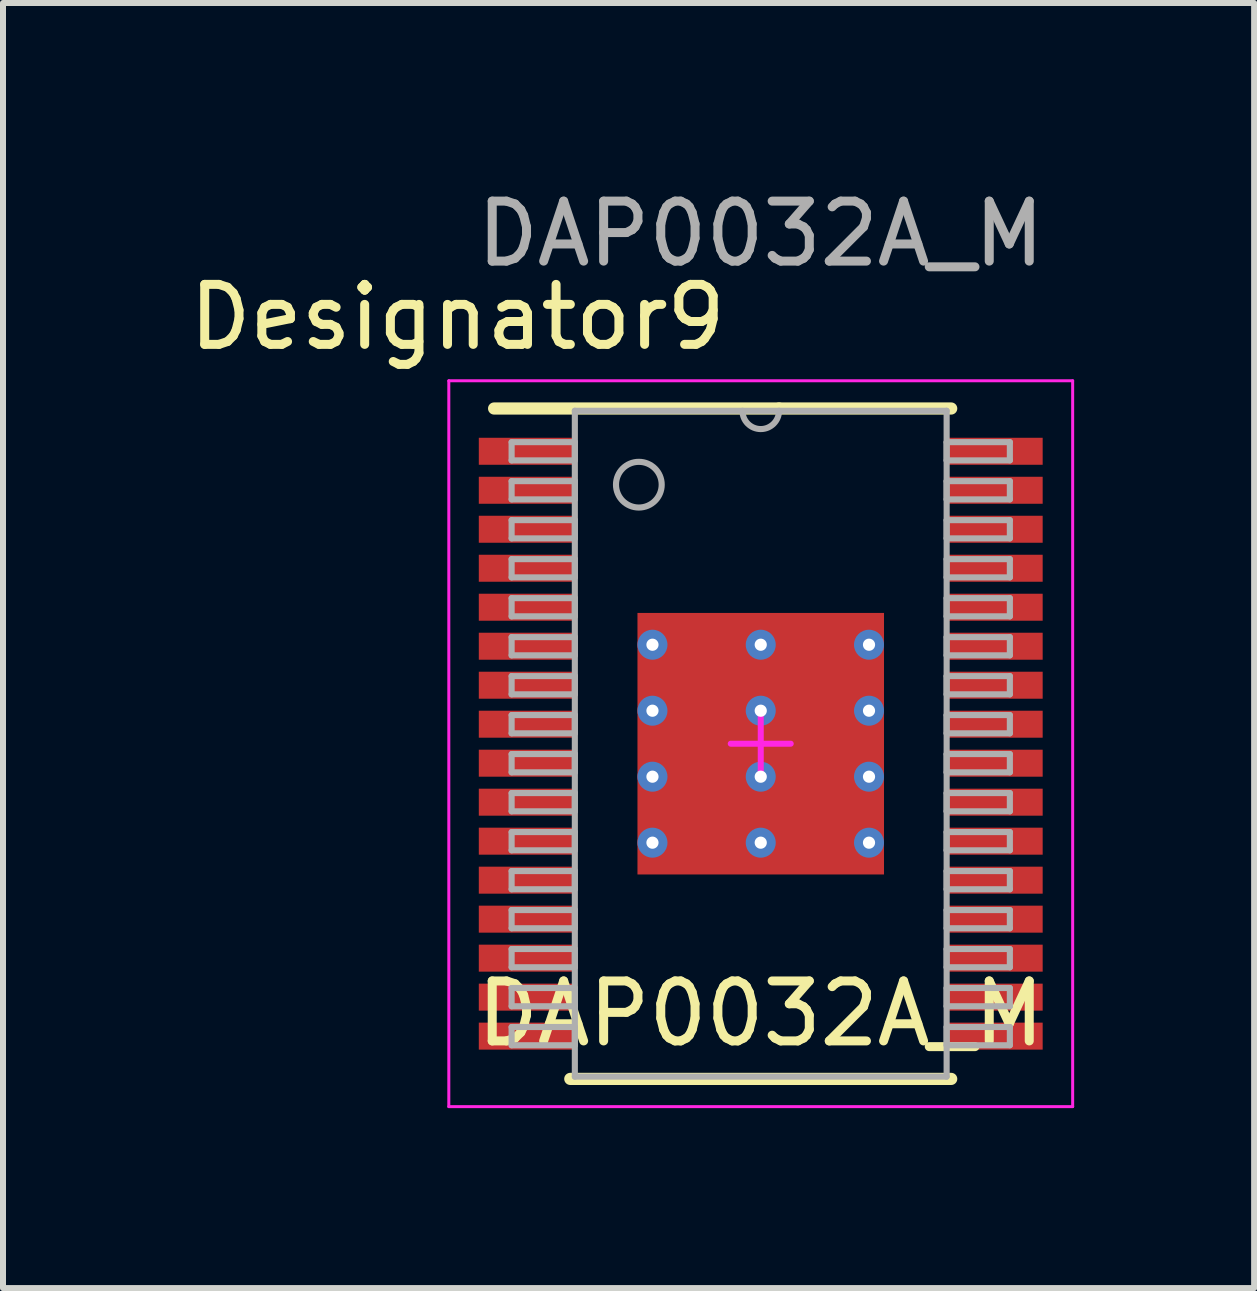
<source format=kicad_pcb>
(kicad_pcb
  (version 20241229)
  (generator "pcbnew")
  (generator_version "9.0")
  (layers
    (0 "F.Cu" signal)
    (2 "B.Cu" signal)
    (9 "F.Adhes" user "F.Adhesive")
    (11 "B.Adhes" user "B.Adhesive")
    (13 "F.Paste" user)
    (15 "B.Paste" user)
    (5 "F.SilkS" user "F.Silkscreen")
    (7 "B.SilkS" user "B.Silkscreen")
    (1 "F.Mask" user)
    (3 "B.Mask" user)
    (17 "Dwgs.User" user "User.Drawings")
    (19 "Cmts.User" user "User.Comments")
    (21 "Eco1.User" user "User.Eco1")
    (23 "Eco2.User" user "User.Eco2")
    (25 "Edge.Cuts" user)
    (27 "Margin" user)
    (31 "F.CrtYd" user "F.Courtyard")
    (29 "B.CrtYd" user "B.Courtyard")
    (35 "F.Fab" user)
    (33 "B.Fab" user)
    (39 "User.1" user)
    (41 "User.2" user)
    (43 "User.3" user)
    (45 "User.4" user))
  (footprint "DAP0032A_M"
    (layer "F.Cu")
    (at 9.632 9.348)
    (property "Reference" "DAP0032A_M" (at 0 4.5 0) (unlocked yes) (layer "F.SilkS") (effects (font (size 1 1) (thickness 0.15))))
    (attr smd)
    (fp_line (start -4.445 -5.588) (end 0.305 -5.588) (stroke (width 0.203) (type solid)) (layer "F.SilkS"))
    (fp_line (start -3.175 5.588) (end 3.175 5.588) (stroke (width 0.203) (type solid)) (layer "F.SilkS"))
    (fp_line (start 0.305 -5.588) (end 3.175 -5.588) (stroke (width 0.203) (type solid)) (layer "F.SilkS"))
    (fp_line (start -5.2 -6.05) (end 5.2 -6.05) (stroke (width 0.05) (type solid)) (layer "F.CrtYd"))
    (fp_line (start -5.2 6.05) (end -5.2 -6.05) (stroke (width 0.05) (type solid)) (layer "F.CrtYd"))
    (fp_line (start -5.2 6.05) (end 5.2 6.05) (stroke (width 0.05) (type solid)) (layer "F.CrtYd"))
    (fp_line (start -0.5 0) (end 0.5 0) (stroke (width 0.1) (type solid)) (layer "F.CrtYd"))
    (fp_line (start 0 0.5) (end 0 -0.5) (stroke (width 0.1) (type solid)) (layer "F.CrtYd"))
    (fp_line (start 5.2 6.05) (end 5.2 -6.05) (stroke (width 0.05) (type solid)) (layer "F.CrtYd"))
    (fp_line (start -4.153 -5.027) (end -3.099 -5.027) (stroke (width 0.102) (type solid)) (layer "F.Fab"))
    (fp_line (start -4.153 -4.723) (end -4.153 -5.027) (stroke (width 0.102) (type solid)) (layer "F.Fab"))
    (fp_line (start -4.153 -4.723) (end -3.099 -4.723) (stroke (width 0.102) (type solid)) (layer "F.Fab"))
    (fp_line (start -4.153 -4.377) (end -3.099 -4.377) (stroke (width 0.102) (type solid)) (layer "F.Fab"))
    (fp_line (start -4.153 -4.073) (end -4.153 -4.377) (stroke (width 0.102) (type solid)) (layer "F.Fab"))
    (fp_line (start -4.153 -4.073) (end -3.099 -4.073) (stroke (width 0.102) (type solid)) (layer "F.Fab"))
    (fp_line (start -4.153 -3.727) (end -3.099 -3.727) (stroke (width 0.102) (type solid)) (layer "F.Fab"))
    (fp_line (start -4.153 -3.423) (end -4.153 -3.727) (stroke (width 0.102) (type solid)) (layer "F.Fab"))
    (fp_line (start -4.153 -3.423) (end -3.099 -3.423) (stroke (width 0.102) (type solid)) (layer "F.Fab"))
    (fp_line (start -4.153 -3.077) (end -3.099 -3.077) (stroke (width 0.102) (type solid)) (layer "F.Fab"))
    (fp_line (start -4.153 -2.773) (end -4.153 -3.077) (stroke (width 0.102) (type solid)) (layer "F.Fab"))
    (fp_line (start -4.153 -2.773) (end -3.099 -2.773) (stroke (width 0.102) (type solid)) (layer "F.Fab"))
    (fp_line (start -4.153 -2.427) (end -3.099 -2.427) (stroke (width 0.102) (type solid)) (layer "F.Fab"))
    (fp_line (start -4.153 -2.123) (end -4.153 -2.427) (stroke (width 0.102) (type solid)) (layer "F.Fab"))
    (fp_line (start -4.153 -2.123) (end -3.099 -2.123) (stroke (width 0.102) (type solid)) (layer "F.Fab"))
    (fp_line (start -4.153 -1.777) (end -3.099 -1.777) (stroke (width 0.102) (type solid)) (layer "F.Fab"))
    (fp_line (start -4.153 -1.473) (end -4.153 -1.777) (stroke (width 0.102) (type solid)) (layer "F.Fab"))
    (fp_line (start -4.153 -1.473) (end -3.099 -1.473) (stroke (width 0.102) (type solid)) (layer "F.Fab"))
    (fp_line (start -4.153 -1.127) (end -3.099 -1.127) (stroke (width 0.102) (type solid)) (layer "F.Fab"))
    (fp_line (start -4.153 -0.823) (end -4.153 -1.127) (stroke (width 0.102) (type solid)) (layer "F.Fab"))
    (fp_line (start -4.153 -0.823) (end -3.099 -0.823) (stroke (width 0.102) (type solid)) (layer "F.Fab"))
    (fp_line (start -4.153 -0.477) (end -3.099 -0.477) (stroke (width 0.102) (type solid)) (layer "F.Fab"))
    (fp_line (start -4.153 -0.173) (end -4.153 -0.477) (stroke (width 0.102) (type solid)) (layer "F.Fab"))
    (fp_line (start -4.153 -0.173) (end -3.099 -0.173) (stroke (width 0.102) (type solid)) (layer "F.Fab"))
    (fp_line (start -4.153 0.173) (end -3.099 0.173) (stroke (width 0.102) (type solid)) (layer "F.Fab"))
    (fp_line (start -4.153 0.477) (end -4.153 0.173) (stroke (width 0.102) (type solid)) (layer "F.Fab"))
    (fp_line (start -4.153 0.477) (end -3.099 0.477) (stroke (width 0.102) (type solid)) (layer "F.Fab"))
    (fp_line (start -4.153 0.823) (end -3.099 0.823) (stroke (width 0.102) (type solid)) (layer "F.Fab"))
    (fp_line (start -4.153 1.127) (end -4.153 0.823) (stroke (width 0.102) (type solid)) (layer "F.Fab"))
    (fp_line (start -4.153 1.127) (end -3.099 1.127) (stroke (width 0.102) (type solid)) (layer "F.Fab"))
    (fp_line (start -4.153 1.473) (end -3.099 1.473) (stroke (width 0.102) (type solid)) (layer "F.Fab"))
    (fp_line (start -4.153 1.777) (end -4.153 1.473) (stroke (width 0.102) (type solid)) (layer "F.Fab"))
    (fp_line (start -4.153 1.777) (end -3.099 1.777) (stroke (width 0.102) (type solid)) (layer "F.Fab"))
    (fp_line (start -4.153 2.123) (end -3.099 2.123) (stroke (width 0.102) (type solid)) (layer "F.Fab"))
    (fp_line (start -4.153 2.427) (end -4.153 2.123) (stroke (width 0.102) (type solid)) (layer "F.Fab"))
    (fp_line (start -4.153 2.427) (end -3.099 2.427) (stroke (width 0.102) (type solid)) (layer "F.Fab"))
    (fp_line (start -4.153 2.773) (end -3.099 2.773) (stroke (width 0.102) (type solid)) (layer "F.Fab"))
    (fp_line (start -4.153 3.077) (end -4.153 2.773) (stroke (width 0.102) (type solid)) (layer "F.Fab"))
    (fp_line (start -4.153 3.077) (end -3.099 3.077) (stroke (width 0.102) (type solid)) (layer "F.Fab"))
    (fp_line (start -4.153 3.423) (end -3.099 3.423) (stroke (width 0.102) (type solid)) (layer "F.Fab"))
    (fp_line (start -4.153 3.727) (end -4.153 3.423) (stroke (width 0.102) (type solid)) (layer "F.Fab"))
    (fp_line (start -4.153 3.727) (end -3.099 3.727) (stroke (width 0.102) (type solid)) (layer "F.Fab"))
    (fp_line (start -4.153 4.073) (end -3.099 4.073) (stroke (width 0.102) (type solid)) (layer "F.Fab"))
    (fp_line (start -4.153 4.377) (end -4.153 4.073) (stroke (width 0.102) (type solid)) (layer "F.Fab"))
    (fp_line (start -4.153 4.377) (end -3.099 4.377) (stroke (width 0.102) (type solid)) (layer "F.Fab"))
    (fp_line (start -4.153 4.723) (end -3.099 4.723) (stroke (width 0.102) (type solid)) (layer "F.Fab"))
    (fp_line (start -4.153 5.027) (end -4.153 4.723) (stroke (width 0.102) (type solid)) (layer "F.Fab"))
    (fp_line (start -4.153 5.027) (end -3.099 5.027) (stroke (width 0.102) (type solid)) (layer "F.Fab"))
    (fp_line (start -3.099 -5.55) (end 3.099 -5.55) (stroke (width 0.102) (type solid)) (layer "F.Fab"))
    (fp_line (start -3.099 -4.723) (end -3.099 -5.027) (stroke (width 0.102) (type solid)) (layer "F.Fab"))
    (fp_line (start -3.099 -4.073) (end -3.099 -4.377) (stroke (width 0.102) (type solid)) (layer "F.Fab"))
    (fp_line (start -3.099 -3.423) (end -3.099 -3.727) (stroke (width 0.102) (type solid)) (layer "F.Fab"))
    (fp_line (start -3.099 -2.773) (end -3.099 -3.077) (stroke (width 0.102) (type solid)) (layer "F.Fab"))
    (fp_line (start -3.099 -2.123) (end -3.099 -2.427) (stroke (width 0.102) (type solid)) (layer "F.Fab"))
    (fp_line (start -3.099 -1.473) (end -3.099 -1.777) (stroke (width 0.102) (type solid)) (layer "F.Fab"))
    (fp_line (start -3.099 -0.823) (end -3.099 -1.127) (stroke (width 0.102) (type solid)) (layer "F.Fab"))
    (fp_line (start -3.099 -0.173) (end -3.099 -0.477) (stroke (width 0.102) (type solid)) (layer "F.Fab"))
    (fp_line (start -3.099 0.477) (end -3.099 0.173) (stroke (width 0.102) (type solid)) (layer "F.Fab"))
    (fp_line (start -3.099 1.127) (end -3.099 0.823) (stroke (width 0.102) (type solid)) (layer "F.Fab"))
    (fp_line (start -3.099 1.777) (end -3.099 1.473) (stroke (width 0.102) (type solid)) (layer "F.Fab"))
    (fp_line (start -3.099 2.427) (end -3.099 2.123) (stroke (width 0.102) (type solid)) (layer "F.Fab"))
    (fp_line (start -3.099 3.077) (end -3.099 2.773) (stroke (width 0.102) (type solid)) (layer "F.Fab"))
    (fp_line (start -3.099 3.727) (end -3.099 3.423) (stroke (width 0.102) (type solid)) (layer "F.Fab"))
    (fp_line (start -3.099 4.377) (end -3.099 4.073) (stroke (width 0.102) (type solid)) (layer "F.Fab"))
    (fp_line (start -3.099 5.027) (end -3.099 4.723) (stroke (width 0.102) (type solid)) (layer "F.Fab"))
    (fp_line (start -3.099 5.55) (end -3.099 -5.55) (stroke (width 0.102) (type solid)) (layer "F.Fab"))
    (fp_line (start -3.099 5.55) (end 3.099 5.55) (stroke (width 0.102) (type solid)) (layer "F.Fab"))
    (fp_line (start 3.099 -5.027) (end 4.153 -5.027) (stroke (width 0.102) (type solid)) (layer "F.Fab"))
    (fp_line (start 3.099 -4.723) (end 3.099 -5.027) (stroke (width 0.102) (type solid)) (layer "F.Fab"))
    (fp_line (start 3.099 -4.723) (end 4.153 -4.723) (stroke (width 0.102) (type solid)) (layer "F.Fab"))
    (fp_line (start 3.099 -4.377) (end 4.153 -4.377) (stroke (width 0.102) (type solid)) (layer "F.Fab"))
    (fp_line (start 3.099 -4.073) (end 3.099 -4.377) (stroke (width 0.102) (type solid)) (layer "F.Fab"))
    (fp_line (start 3.099 -4.073) (end 4.153 -4.073) (stroke (width 0.102) (type solid)) (layer "F.Fab"))
    (fp_line (start 3.099 -3.727) (end 4.153 -3.727) (stroke (width 0.102) (type solid)) (layer "F.Fab"))
    (fp_line (start 3.099 -3.423) (end 3.099 -3.727) (stroke (width 0.102) (type solid)) (layer "F.Fab"))
    (fp_line (start 3.099 -3.423) (end 4.153 -3.423) (stroke (width 0.102) (type solid)) (layer "F.Fab"))
    (fp_line (start 3.099 -3.077) (end 4.153 -3.077) (stroke (width 0.102) (type solid)) (layer "F.Fab"))
    (fp_line (start 3.099 -2.773) (end 3.099 -3.077) (stroke (width 0.102) (type solid)) (layer "F.Fab"))
    (fp_line (start 3.099 -2.773) (end 4.153 -2.773) (stroke (width 0.102) (type solid)) (layer "F.Fab"))
    (fp_line (start 3.099 -2.427) (end 4.153 -2.427) (stroke (width 0.102) (type solid)) (layer "F.Fab"))
    (fp_line (start 3.099 -2.123) (end 3.099 -2.427) (stroke (width 0.102) (type solid)) (layer "F.Fab"))
    (fp_line (start 3.099 -2.123) (end 4.153 -2.123) (stroke (width 0.102) (type solid)) (layer "F.Fab"))
    (fp_line (start 3.099 -1.777) (end 4.153 -1.777) (stroke (width 0.102) (type solid)) (layer "F.Fab"))
    (fp_line (start 3.099 -1.473) (end 3.099 -1.777) (stroke (width 0.102) (type solid)) (layer "F.Fab"))
    (fp_line (start 3.099 -1.473) (end 4.153 -1.473) (stroke (width 0.102) (type solid)) (layer "F.Fab"))
    (fp_line (start 3.099 -1.127) (end 4.153 -1.127) (stroke (width 0.102) (type solid)) (layer "F.Fab"))
    (fp_line (start 3.099 -0.823) (end 3.099 -1.127) (stroke (width 0.102) (type solid)) (layer "F.Fab"))
    (fp_line (start 3.099 -0.823) (end 4.153 -0.823) (stroke (width 0.102) (type solid)) (layer "F.Fab"))
    (fp_line (start 3.099 -0.477) (end 4.153 -0.477) (stroke (width 0.102) (type solid)) (layer "F.Fab"))
    (fp_line (start 3.099 -0.173) (end 3.099 -0.477) (stroke (width 0.102) (type solid)) (layer "F.Fab"))
    (fp_line (start 3.099 -0.173) (end 4.153 -0.173) (stroke (width 0.102) (type solid)) (layer "F.Fab"))
    (fp_line (start 3.099 0.173) (end 4.153 0.173) (stroke (width 0.102) (type solid)) (layer "F.Fab"))
    (fp_line (start 3.099 0.477) (end 3.099 0.173) (stroke (width 0.102) (type solid)) (layer "F.Fab"))
    (fp_line (start 3.099 0.477) (end 4.153 0.477) (stroke (width 0.102) (type solid)) (layer "F.Fab"))
    (fp_line (start 3.099 0.823) (end 4.153 0.823) (stroke (width 0.102) (type solid)) (layer "F.Fab"))
    (fp_line (start 3.099 1.127) (end 3.099 0.823) (stroke (width 0.102) (type solid)) (layer "F.Fab"))
    (fp_line (start 3.099 1.127) (end 4.153 1.127) (stroke (width 0.102) (type solid)) (layer "F.Fab"))
    (fp_line (start 3.099 1.473) (end 4.153 1.473) (stroke (width 0.102) (type solid)) (layer "F.Fab"))
    (fp_line (start 3.099 1.777) (end 3.099 1.473) (stroke (width 0.102) (type solid)) (layer "F.Fab"))
    (fp_line (start 3.099 1.777) (end 4.153 1.777) (stroke (width 0.102) (type solid)) (layer "F.Fab"))
    (fp_line (start 3.099 2.123) (end 4.153 2.123) (stroke (width 0.102) (type solid)) (layer "F.Fab"))
    (fp_line (start 3.099 2.427) (end 3.099 2.123) (stroke (width 0.102) (type solid)) (layer "F.Fab"))
    (fp_line (start 3.099 2.427) (end 4.153 2.427) (stroke (width 0.102) (type solid)) (layer "F.Fab"))
    (fp_line (start 3.099 2.773) (end 4.153 2.773) (stroke (width 0.102) (type solid)) (layer "F.Fab"))
    (fp_line (start 3.099 3.077) (end 3.099 2.773) (stroke (width 0.102) (type solid)) (layer "F.Fab"))
    (fp_line (start 3.099 3.077) (end 4.153 3.077) (stroke (width 0.102) (type solid)) (layer "F.Fab"))
    (fp_line (start 3.099 3.423) (end 4.153 3.423) (stroke (width 0.102) (type solid)) (layer "F.Fab"))
    (fp_line (start 3.099 3.727) (end 3.099 3.423) (stroke (width 0.102) (type solid)) (layer "F.Fab"))
    (fp_line (start 3.099 3.727) (end 4.153 3.727) (stroke (width 0.102) (type solid)) (layer "F.Fab"))
    (fp_line (start 3.099 4.073) (end 4.153 4.073) (stroke (width 0.102) (type solid)) (layer "F.Fab"))
    (fp_line (start 3.099 4.377) (end 3.099 4.073) (stroke (width 0.102) (type solid)) (layer "F.Fab"))
    (fp_line (start 3.099 4.377) (end 4.153 4.377) (stroke (width 0.102) (type solid)) (layer "F.Fab"))
    (fp_line (start 3.099 4.723) (end 4.153 4.723) (stroke (width 0.102) (type solid)) (layer "F.Fab"))
    (fp_line (start 3.099 5.027) (end 3.099 4.723) (stroke (width 0.102) (type solid)) (layer "F.Fab"))
    (fp_line (start 3.099 5.027) (end 4.153 5.027) (stroke (width 0.102) (type solid)) (layer "F.Fab"))
    (fp_line (start 3.099 5.55) (end 3.099 -5.55) (stroke (width 0.102) (type solid)) (layer "F.Fab"))
    (fp_line (start 4.153 -4.723) (end 4.153 -5.027) (stroke (width 0.102) (type solid)) (layer "F.Fab"))
    (fp_line (start 4.153 -4.073) (end 4.153 -4.377) (stroke (width 0.102) (type solid)) (layer "F.Fab"))
    (fp_line (start 4.153 -3.423) (end 4.153 -3.727) (stroke (width 0.102) (type solid)) (layer "F.Fab"))
    (fp_line (start 4.153 -2.773) (end 4.153 -3.077) (stroke (width 0.102) (type solid)) (layer "F.Fab"))
    (fp_line (start 4.153 -2.123) (end 4.153 -2.427) (stroke (width 0.102) (type solid)) (layer "F.Fab"))
    (fp_line (start 4.153 -1.473) (end 4.153 -1.777) (stroke (width 0.102) (type solid)) (layer "F.Fab"))
    (fp_line (start 4.153 -0.823) (end 4.153 -1.127) (stroke (width 0.102) (type solid)) (layer "F.Fab"))
    (fp_line (start 4.153 -0.173) (end 4.153 -0.477) (stroke (width 0.102) (type solid)) (layer "F.Fab"))
    (fp_line (start 4.153 0.477) (end 4.153 0.173) (stroke (width 0.102) (type solid)) (layer "F.Fab"))
    (fp_line (start 4.153 1.127) (end 4.153 0.823) (stroke (width 0.102) (type solid)) (layer "F.Fab"))
    (fp_line (start 4.153 1.777) (end 4.153 1.473) (stroke (width 0.102) (type solid)) (layer "F.Fab"))
    (fp_line (start 4.153 2.427) (end 4.153 2.123) (stroke (width 0.102) (type solid)) (layer "F.Fab"))
    (fp_line (start 4.153 3.077) (end 4.153 2.773) (stroke (width 0.102) (type solid)) (layer "F.Fab"))
    (fp_line (start 4.153 3.727) (end 4.153 3.423) (stroke (width 0.102) (type solid)) (layer "F.Fab"))
    (fp_line (start 4.153 4.377) (end 4.153 4.073) (stroke (width 0.102) (type solid)) (layer "F.Fab"))
    (fp_line (start 4.153 5.027) (end 4.153 4.723) (stroke (width 0.102) (type solid)) (layer "F.Fab"))
    (fp_arc (start 0.3048 -5.5499) (mid 0 -5.2451) (end -0.3048 -5.5499) (stroke (width 0.1016) (type solid)) (layer "F.Fab"))
    (fp_circle (center -2.032 -4.318) (end -1.651 -4.318) (stroke (width 0.102) (type solid)) (fill no) (layer "F.Fab"))
    (fp_text user "Designator9" (at -5.055 -7.112 0) (unlocked yes) (layer "F.SilkS") (effects (font (size 1 1) (thickness 0.15))))
    (fp_text user "${REFERENCE}" (at 0 -8.5 0) (unlocked yes) (layer "F.Fab") (effects (font (size 1 1) (thickness 0.15))))
    (pad "1" smd rect (at -3.9 -4.875 90) (size 0.45 1.6) (layers "F.Cu" "F.Mask" "F.Paste"))
    (pad "2" smd rect (at -3.9 -4.225 90) (size 0.45 1.6) (layers "F.Cu" "F.Mask" "F.Paste"))
    (pad "3" smd rect (at -3.9 -3.575 90) (size 0.45 1.6) (layers "F.Cu" "F.Mask" "F.Paste"))
    (pad "4" smd rect (at -3.9 -2.925 90) (size 0.45 1.6) (layers "F.Cu" "F.Mask" "F.Paste"))
    (pad "5" smd rect (at -3.9 -2.275 90) (size 0.45 1.6) (layers "F.Cu" "F.Mask" "F.Paste"))
    (pad "6" smd rect (at -3.9 -1.625 90) (size 0.45 1.6) (layers "F.Cu" "F.Mask" "F.Paste"))
    (pad "7" smd rect (at -3.9 -0.975 90) (size 0.45 1.6) (layers "F.Cu" "F.Mask" "F.Paste"))
    (pad "8" smd rect (at -3.9 -0.325 90) (size 0.45 1.6) (layers "F.Cu" "F.Mask" "F.Paste"))
    (pad "9" smd rect (at -3.9 0.325 90) (size 0.45 1.6) (layers "F.Cu" "F.Mask" "F.Paste"))
    (pad "10" smd rect (at -3.9 0.975 90) (size 0.45 1.6) (layers "F.Cu" "F.Mask" "F.Paste"))
    (pad "11" smd rect (at -3.9 1.625 90) (size 0.45 1.6) (layers "F.Cu" "F.Mask" "F.Paste"))
    (pad "12" smd rect (at -3.9 2.275 90) (size 0.45 1.6) (layers "F.Cu" "F.Mask" "F.Paste"))
    (pad "13" smd rect (at -3.9 2.925 90) (size 0.45 1.6) (layers "F.Cu" "F.Mask" "F.Paste"))
    (pad "14" smd rect (at -3.9 3.575 90) (size 0.45 1.6) (layers "F.Cu" "F.Mask" "F.Paste"))
    (pad "15" smd rect (at -3.9 4.225 90) (size 0.45 1.6) (layers "F.Cu" "F.Mask" "F.Paste"))
    (pad "16" smd rect (at -3.9 4.875 90) (size 0.45 1.6) (layers "F.Cu" "F.Mask" "F.Paste"))
    (pad "17" smd rect (at 3.9 4.875 90) (size 0.45 1.6) (layers "F.Cu" "F.Mask" "F.Paste"))
    (pad "18" smd rect (at 3.9 4.225 90) (size 0.45 1.6) (layers "F.Cu" "F.Mask" "F.Paste"))
    (pad "19" smd rect (at 3.9 3.575 90) (size 0.45 1.6) (layers "F.Cu" "F.Mask" "F.Paste"))
    (pad "20" smd rect (at 3.9 2.925 90) (size 0.45 1.6) (layers "F.Cu" "F.Mask" "F.Paste"))
    (pad "21" smd rect (at 3.9 2.275 90) (size 0.45 1.6) (layers "F.Cu" "F.Mask" "F.Paste"))
    (pad "22" smd rect (at 3.9 1.625 90) (size 0.45 1.6) (layers "F.Cu" "F.Mask" "F.Paste"))
    (pad "23" smd rect (at 3.9 0.975 90) (size 0.45 1.6) (layers "F.Cu" "F.Mask" "F.Paste"))
    (pad "24" smd rect (at 3.9 0.325 90) (size 0.45 1.6) (layers "F.Cu" "F.Mask" "F.Paste"))
    (pad "25" smd rect (at 3.9 -0.325 90) (size 0.45 1.6) (layers "F.Cu" "F.Mask" "F.Paste"))
    (pad "26" smd rect (at 3.9 -0.975 90) (size 0.45 1.6) (layers "F.Cu" "F.Mask" "F.Paste"))
    (pad "27" smd rect (at 3.9 -1.625 90) (size 0.45 1.6) (layers "F.Cu" "F.Mask" "F.Paste"))
    (pad "28" smd rect (at 3.9 -2.275 90) (size 0.45 1.6) (layers "F.Cu" "F.Mask" "F.Paste"))
    (pad "29" smd rect (at 3.9 -2.925 90) (size 0.45 1.6) (layers "F.Cu" "F.Mask" "F.Paste"))
    (pad "30" smd rect (at 3.9 -3.575 90) (size 0.45 1.6) (layers "F.Cu" "F.Mask" "F.Paste"))
    (pad "31" smd rect (at 3.9 -4.225 90) (size 0.45 1.6) (layers "F.Cu" "F.Mask" "F.Paste"))
    (pad "32" smd rect (at 3.9 -4.875 90) (size 0.45 1.6) (layers "F.Cu" "F.Mask" "F.Paste"))
    (pad "33" smd rect (at 0 0) (size 4.11 4.36) (layers "F.Cu" "F.Mask" "F.Paste"))
    (pad "V" thru_hole circle (at -1.805 -1.65) (size 0.5 0.5) (drill 0.203) (layers "*.Cu" "*.Mask"))
    (pad "V" thru_hole circle (at -1.805 -0.55) (size 0.5 0.5) (drill 0.203) (layers "*.Cu" "*.Mask"))
    (pad "V" thru_hole circle (at -1.805 0.55) (size 0.5 0.5) (drill 0.203) (layers "*.Cu" "*.Mask"))
    (pad "V" thru_hole circle (at -1.805 1.65) (size 0.5 0.5) (drill 0.203) (layers "*.Cu" "*.Mask"))
    (pad "V" thru_hole circle (at 0 -1.65) (size 0.5 0.5) (drill 0.203) (layers "*.Cu" "*.Mask"))
    (pad "V" thru_hole circle (at 0 -0.55) (size 0.5 0.5) (drill 0.203) (layers "*.Cu" "*.Mask"))
    (pad "V" thru_hole circle (at 0 0.55) (size 0.5 0.5) (drill 0.203) (layers "*.Cu" "*.Mask"))
    (pad "V" thru_hole circle (at 0 1.65) (size 0.5 0.5) (drill 0.203) (layers "*.Cu" "*.Mask"))
    (pad "V" thru_hole circle (at 1.805 -1.65) (size 0.5 0.5) (drill 0.203) (layers "*.Cu" "*.Mask"))
    (pad "V" thru_hole circle (at 1.805 -0.55) (size 0.5 0.5) (drill 0.203) (layers "*.Cu" "*.Mask"))
    (pad "V" thru_hole circle (at 1.805 0.55) (size 0.5 0.5) (drill 0.203) (layers "*.Cu" "*.Mask"))
    (pad "V" thru_hole circle (at 1.805 1.65) (size 0.5 0.5) (drill 0.203) (layers "*.Cu" "*.Mask")))
  (gr_rect
    (start -3 -3)
    (end 17.857 18.423)
    (stroke (width 0.1) (type default))
    (fill no)
    (layer "Edge.Cuts")))
</source>
